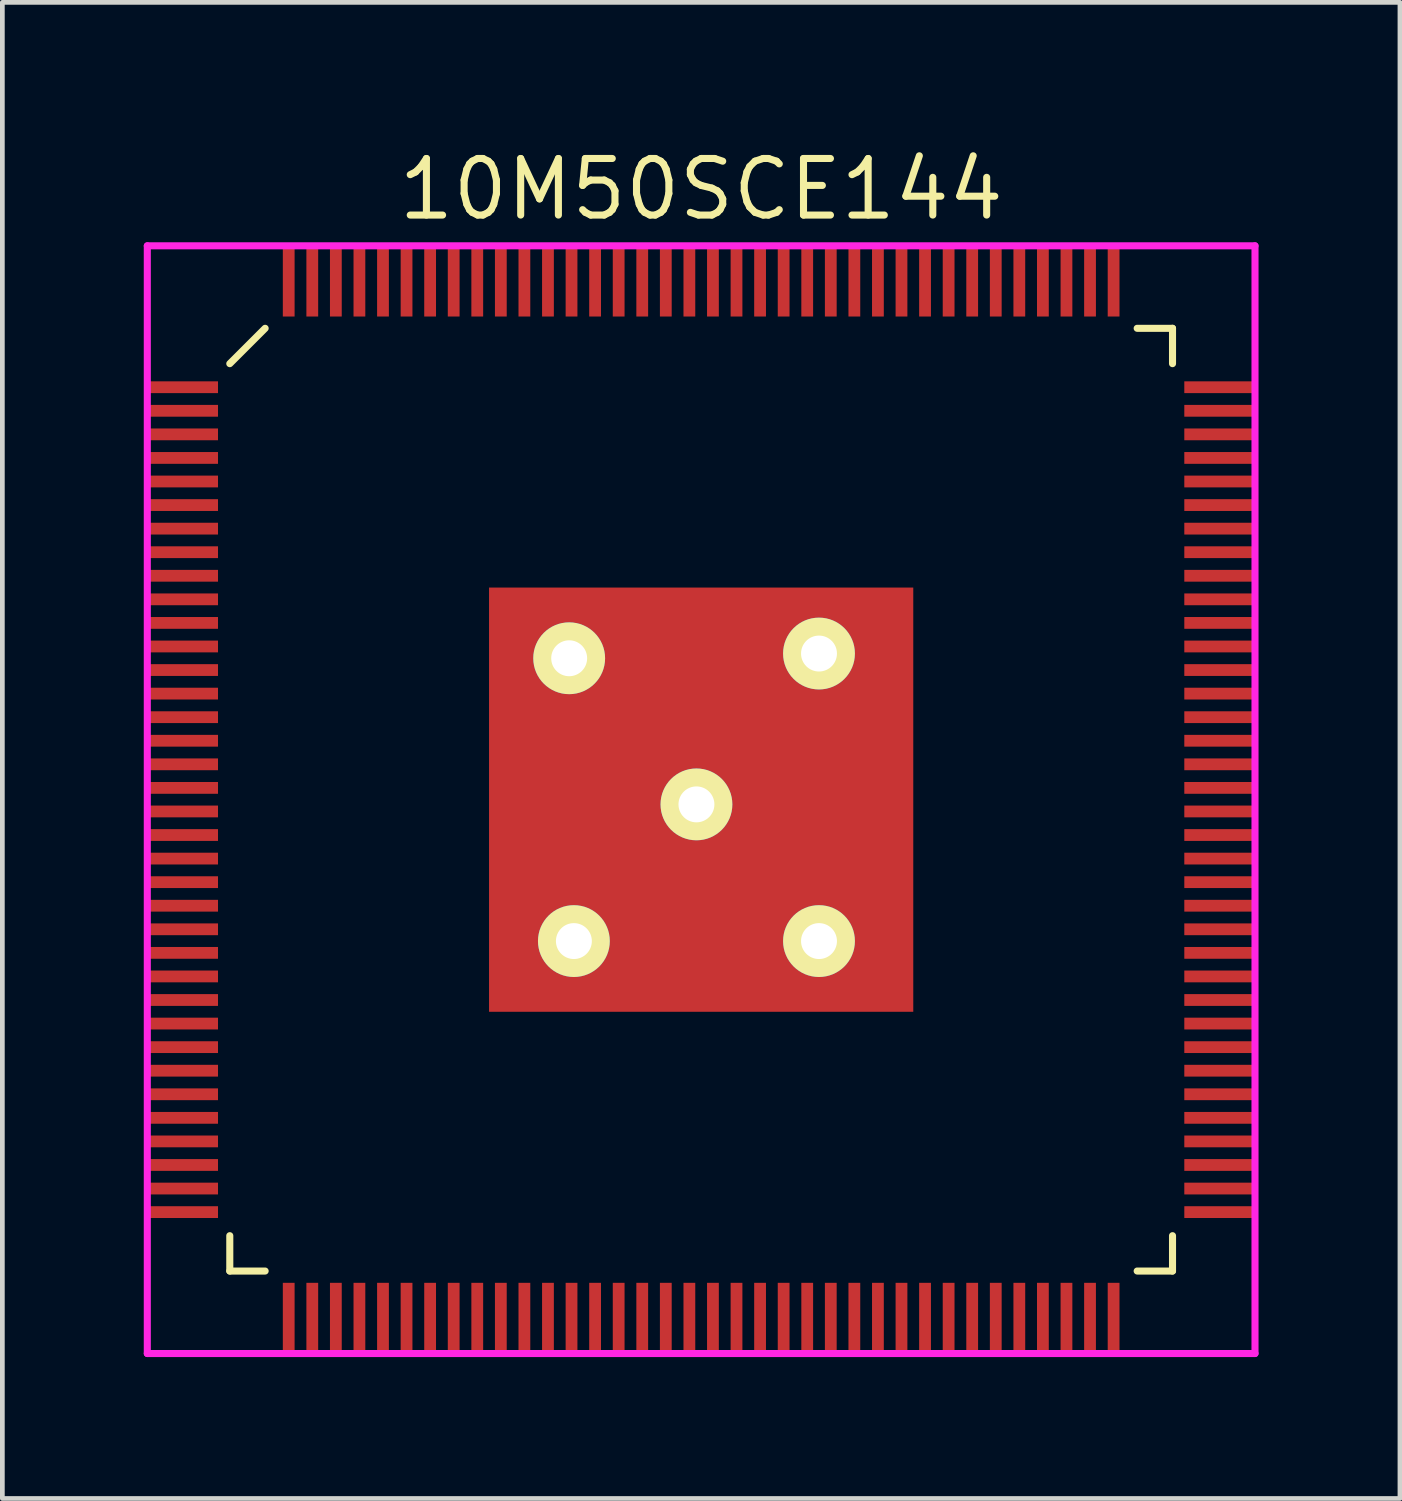
<source format=kicad_pcb>
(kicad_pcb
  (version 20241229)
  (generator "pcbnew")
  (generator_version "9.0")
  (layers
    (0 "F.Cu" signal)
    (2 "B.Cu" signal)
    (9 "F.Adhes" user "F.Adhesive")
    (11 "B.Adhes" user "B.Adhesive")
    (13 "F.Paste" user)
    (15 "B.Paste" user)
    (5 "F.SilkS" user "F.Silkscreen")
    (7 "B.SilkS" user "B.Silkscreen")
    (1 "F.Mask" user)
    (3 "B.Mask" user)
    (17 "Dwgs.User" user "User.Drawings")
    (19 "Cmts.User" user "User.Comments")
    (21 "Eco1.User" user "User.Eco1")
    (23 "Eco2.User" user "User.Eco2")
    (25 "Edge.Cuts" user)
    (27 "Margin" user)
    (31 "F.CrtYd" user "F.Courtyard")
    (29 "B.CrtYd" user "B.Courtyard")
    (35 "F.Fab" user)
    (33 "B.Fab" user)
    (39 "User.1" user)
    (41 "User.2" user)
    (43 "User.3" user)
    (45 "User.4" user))
  (footprint "10M50SCE144"
    (layer "F.Cu")
    (at 11.825 13.915)
    (property "Reference" "10M50SCE144" (at 0 -12.95 0) (layer "F.SilkS") (effects (font (size 1.2 1.2) (thickness 0.15))))
    (attr through_hole)
    (fp_line (start -10 -9.25) (end -9.25 -10) (stroke (width 0.15) (type solid)) (layer "F.SilkS"))
    (fp_line (start -10 10) (end -10 9.25) (stroke (width 0.15) (type solid)) (layer "F.SilkS"))
    (fp_line (start -9.25 10) (end -10 10) (stroke (width 0.15) (type solid)) (layer "F.SilkS"))
    (fp_line (start 9.25 -10) (end 10 -10) (stroke (width 0.15) (type solid)) (layer "F.SilkS"))
    (fp_line (start 9.25 10) (end 10 10) (stroke (width 0.15) (type solid)) (layer "F.SilkS"))
    (fp_line (start 10 -10) (end 10 -9.25) (stroke (width 0.15) (type solid)) (layer "F.SilkS"))
    (fp_line (start 10 10) (end 10 9.25) (stroke (width 0.15) (type solid)) (layer "F.SilkS"))
    (fp_line (start -11.75 -11.75) (end 11.75 -11.75) (stroke (width 0.15) (type solid)) (layer "F.CrtYd"))
    (fp_line (start -11.75 11.75) (end -11.75 -11.75) (stroke (width 0.15) (type solid)) (layer "F.CrtYd"))
    (fp_line (start 11.75 -11.75) (end 11.75 11.75) (stroke (width 0.15) (type solid)) (layer "F.CrtYd"))
    (fp_line (start 11.75 11.75) (end -11.75 11.75) (stroke (width 0.15) (type solid)) (layer "F.CrtYd"))
    (pad "" thru_hole circle (at -2.8 -3) (size 1.524 1.524) (drill 0.762) (layers "*.Cu" "*.Mask" "F.SilkS"))
    (pad "" thru_hole circle (at -2.7 3) (size 1.524 1.524) (drill 0.762) (layers "*.Cu" "*.Mask" "F.SilkS"))
    (pad "" thru_hole circle (at -0.1 0.1) (size 1.524 1.524) (drill 0.762) (layers "*.Cu" "*.Mask" "F.SilkS"))
    (pad "" thru_hole circle (at 2.5 -3.1) (size 1.524 1.524) (drill 0.762) (layers "*.Cu" "*.Mask" "F.SilkS"))
    (pad "" thru_hole circle (at 2.5 3) (size 1.524 1.524) (drill 0.762) (layers "*.Cu" "*.Mask" "F.SilkS"))
    (pad "1" smd rect (at -11 -8.75 90) (size 0.25 1.5) (layers "F.Cu" "F.Mask" "F.Paste"))
    (pad "2" smd rect (at -11 -8.25 90) (size 0.25 1.5) (layers "F.Cu" "F.Mask" "F.Paste"))
    (pad "3" smd rect (at -11 -7.75 90) (size 0.25 1.5) (layers "F.Cu" "F.Mask" "F.Paste"))
    (pad "4" smd rect (at -11 -7.25 90) (size 0.25 1.5) (layers "F.Cu" "F.Mask" "F.Paste"))
    (pad "5" smd rect (at -11 -6.75 90) (size 0.25 1.5) (layers "F.Cu" "F.Mask" "F.Paste"))
    (pad "6" smd rect (at -11 -6.25 90) (size 0.25 1.5) (layers "F.Cu" "F.Mask" "F.Paste"))
    (pad "7" smd rect (at -11 -5.75 90) (size 0.25 1.5) (layers "F.Cu" "F.Mask" "F.Paste"))
    (pad "8" smd rect (at -11 -5.25 90) (size 0.25 1.5) (layers "F.Cu" "F.Mask" "F.Paste"))
    (pad "9" smd rect (at -11 -4.75 90) (size 0.25 1.5) (layers "F.Cu" "F.Mask" "F.Paste"))
    (pad "10" smd rect (at -11 -4.25 90) (size 0.25 1.5) (layers "F.Cu" "F.Mask" "F.Paste"))
    (pad "11" smd rect (at -11 -3.75 90) (size 0.25 1.5) (layers "F.Cu" "F.Mask" "F.Paste"))
    (pad "12" smd rect (at -11 -3.25 90) (size 0.25 1.5) (layers "F.Cu" "F.Mask" "F.Paste"))
    (pad "13" smd rect (at -11 -2.75 90) (size 0.25 1.5) (layers "F.Cu" "F.Mask" "F.Paste"))
    (pad "14" smd rect (at -11 -2.25 90) (size 0.25 1.5) (layers "F.Cu" "F.Mask" "F.Paste"))
    (pad "15" smd rect (at -11 -1.75 90) (size 0.25 1.5) (layers "F.Cu" "F.Mask" "F.Paste"))
    (pad "16" smd rect (at -11 -1.25 90) (size 0.25 1.5) (layers "F.Cu" "F.Mask" "F.Paste"))
    (pad "17" smd rect (at -11 -0.75 90) (size 0.25 1.5) (layers "F.Cu" "F.Mask" "F.Paste"))
    (pad "18" smd rect (at -11 -0.25 90) (size 0.25 1.5) (layers "F.Cu" "F.Mask" "F.Paste"))
    (pad "19" smd rect (at -11 0.25 90) (size 0.25 1.5) (layers "F.Cu" "F.Mask" "F.Paste"))
    (pad "20" smd rect (at -11 0.75 90) (size 0.25 1.5) (layers "F.Cu" "F.Mask" "F.Paste"))
    (pad "21" smd rect (at -11 1.25 90) (size 0.25 1.5) (layers "F.Cu" "F.Mask" "F.Paste"))
    (pad "22" smd rect (at -11 1.75 90) (size 0.25 1.5) (layers "F.Cu" "F.Mask" "F.Paste"))
    (pad "23" smd rect (at -11 2.25 90) (size 0.25 1.5) (layers "F.Cu" "F.Mask" "F.Paste"))
    (pad "24" smd rect (at -11 2.75 90) (size 0.25 1.5) (layers "F.Cu" "F.Mask" "F.Paste"))
    (pad "25" smd rect (at -11 3.25 90) (size 0.25 1.5) (layers "F.Cu" "F.Mask" "F.Paste"))
    (pad "26" smd rect (at -11 3.75 90) (size 0.25 1.5) (layers "F.Cu" "F.Mask" "F.Paste"))
    (pad "27" smd rect (at -11 4.25 90) (size 0.25 1.5) (layers "F.Cu" "F.Mask" "F.Paste"))
    (pad "28" smd rect (at -11 4.75 90) (size 0.25 1.5) (layers "F.Cu" "F.Mask" "F.Paste"))
    (pad "29" smd rect (at -11 5.25 90) (size 0.25 1.5) (layers "F.Cu" "F.Mask" "F.Paste"))
    (pad "30" smd rect (at -11 5.75 90) (size 0.25 1.5) (layers "F.Cu" "F.Mask" "F.Paste"))
    (pad "31" smd rect (at -11 6.25 90) (size 0.25 1.5) (layers "F.Cu" "F.Mask" "F.Paste"))
    (pad "32" smd rect (at -11 6.75 90) (size 0.25 1.5) (layers "F.Cu" "F.Mask" "F.Paste"))
    (pad "33" smd rect (at -11 7.25 90) (size 0.25 1.5) (layers "F.Cu" "F.Mask" "F.Paste"))
    (pad "34" smd rect (at -11 7.75 90) (size 0.25 1.5) (layers "F.Cu" "F.Mask" "F.Paste"))
    (pad "35" smd rect (at -11 8.25 90) (size 0.25 1.5) (layers "F.Cu" "F.Mask" "F.Paste"))
    (pad "36" smd rect (at -11 8.75 90) (size 0.25 1.5) (layers "F.Cu" "F.Mask" "F.Paste"))
    (pad "37" smd rect (at -8.75 11) (size 0.25 1.5) (layers "F.Cu" "F.Mask" "F.Paste"))
    (pad "38" smd rect (at -8.25 11) (size 0.25 1.5) (layers "F.Cu" "F.Mask" "F.Paste"))
    (pad "39" smd rect (at -7.75 11) (size 0.25 1.5) (layers "F.Cu" "F.Mask" "F.Paste"))
    (pad "40" smd rect (at -7.25 11) (size 0.25 1.5) (layers "F.Cu" "F.Mask" "F.Paste"))
    (pad "41" smd rect (at -6.75 11) (size 0.25 1.5) (layers "F.Cu" "F.Mask" "F.Paste"))
    (pad "42" smd rect (at -6.25 11) (size 0.25 1.5) (layers "F.Cu" "F.Mask" "F.Paste"))
    (pad "43" smd rect (at -5.75 11) (size 0.25 1.5) (layers "F.Cu" "F.Mask" "F.Paste"))
    (pad "44" smd rect (at -5.25 11) (size 0.25 1.5) (layers "F.Cu" "F.Mask" "F.Paste"))
    (pad "45" smd rect (at -4.75 11) (size 0.25 1.5) (layers "F.Cu" "F.Mask" "F.Paste"))
    (pad "46" smd rect (at -4.25 11) (size 0.25 1.5) (layers "F.Cu" "F.Mask" "F.Paste"))
    (pad "47" smd rect (at -3.75 11) (size 0.25 1.5) (layers "F.Cu" "F.Mask" "F.Paste"))
    (pad "48" smd rect (at -3.25 11) (size 0.25 1.5) (layers "F.Cu" "F.Mask" "F.Paste"))
    (pad "49" smd rect (at -2.75 11) (size 0.25 1.5) (layers "F.Cu" "F.Mask" "F.Paste"))
    (pad "50" smd rect (at -2.25 11) (size 0.25 1.5) (layers "F.Cu" "F.Mask" "F.Paste"))
    (pad "51" smd rect (at -1.75 11) (size 0.25 1.5) (layers "F.Cu" "F.Mask" "F.Paste"))
    (pad "52" smd rect (at -1.25 11) (size 0.25 1.5) (layers "F.Cu" "F.Mask" "F.Paste"))
    (pad "53" smd rect (at -0.75 11) (size 0.25 1.5) (layers "F.Cu" "F.Mask" "F.Paste"))
    (pad "54" smd rect (at -0.25 11) (size 0.25 1.5) (layers "F.Cu" "F.Mask" "F.Paste"))
    (pad "55" smd rect (at 0.25 11) (size 0.25 1.5) (layers "F.Cu" "F.Mask" "F.Paste"))
    (pad "56" smd rect (at 0.75 11) (size 0.25 1.5) (layers "F.Cu" "F.Mask" "F.Paste"))
    (pad "57" smd rect (at 1.25 11) (size 0.25 1.5) (layers "F.Cu" "F.Mask" "F.Paste"))
    (pad "58" smd rect (at 1.75 11) (size 0.25 1.5) (layers "F.Cu" "F.Mask" "F.Paste"))
    (pad "59" smd rect (at 2.25 11) (size 0.25 1.5) (layers "F.Cu" "F.Mask" "F.Paste"))
    (pad "60" smd rect (at 2.75 11) (size 0.25 1.5) (layers "F.Cu" "F.Mask" "F.Paste"))
    (pad "61" smd rect (at 3.25 11) (size 0.25 1.5) (layers "F.Cu" "F.Mask" "F.Paste"))
    (pad "62" smd rect (at 3.75 11) (size 0.25 1.5) (layers "F.Cu" "F.Mask" "F.Paste"))
    (pad "63" smd rect (at 4.25 11) (size 0.25 1.5) (layers "F.Cu" "F.Mask" "F.Paste"))
    (pad "64" smd rect (at 4.75 11) (size 0.25 1.5) (layers "F.Cu" "F.Mask" "F.Paste"))
    (pad "65" smd rect (at 5.25 11) (size 0.25 1.5) (layers "F.Cu" "F.Mask" "F.Paste"))
    (pad "66" smd rect (at 5.75 11) (size 0.25 1.5) (layers "F.Cu" "F.Mask" "F.Paste"))
    (pad "67" smd rect (at 6.25 11) (size 0.25 1.5) (layers "F.Cu" "F.Mask" "F.Paste"))
    (pad "68" smd rect (at 6.75 11) (size 0.25 1.5) (layers "F.Cu" "F.Mask" "F.Paste"))
    (pad "69" smd rect (at 7.25 11) (size 0.25 1.5) (layers "F.Cu" "F.Mask" "F.Paste"))
    (pad "70" smd rect (at 7.75 11) (size 0.25 1.5) (layers "F.Cu" "F.Mask" "F.Paste"))
    (pad "71" smd rect (at 8.25 11) (size 0.25 1.5) (layers "F.Cu" "F.Mask" "F.Paste"))
    (pad "72" smd rect (at 8.75 11) (size 0.25 1.5) (layers "F.Cu" "F.Mask" "F.Paste"))
    (pad "73" smd rect (at 11 8.75 90) (size 0.25 1.5) (layers "F.Cu" "F.Mask" "F.Paste"))
    (pad "74" smd rect (at 11 8.25 90) (size 0.25 1.5) (layers "F.Cu" "F.Mask" "F.Paste"))
    (pad "75" smd rect (at 11 7.75 90) (size 0.25 1.5) (layers "F.Cu" "F.Mask" "F.Paste"))
    (pad "76" smd rect (at 11 7.25 90) (size 0.25 1.5) (layers "F.Cu" "F.Mask" "F.Paste"))
    (pad "77" smd rect (at 11 6.75 90) (size 0.25 1.5) (layers "F.Cu" "F.Mask" "F.Paste"))
    (pad "78" smd rect (at 11 6.25 90) (size 0.25 1.5) (layers "F.Cu" "F.Mask" "F.Paste"))
    (pad "79" smd rect (at 11 5.75 90) (size 0.25 1.5) (layers "F.Cu" "F.Mask" "F.Paste"))
    (pad "80" smd rect (at 11 5.25 90) (size 0.25 1.5) (layers "F.Cu" "F.Mask" "F.Paste"))
    (pad "81" smd rect (at 11 4.75 90) (size 0.25 1.5) (layers "F.Cu" "F.Mask" "F.Paste"))
    (pad "82" smd rect (at 11 4.25 90) (size 0.25 1.5) (layers "F.Cu" "F.Mask" "F.Paste"))
    (pad "83" smd rect (at 11 3.75 90) (size 0.25 1.5) (layers "F.Cu" "F.Mask" "F.Paste"))
    (pad "84" smd rect (at 11 3.25 90) (size 0.25 1.5) (layers "F.Cu" "F.Mask" "F.Paste"))
    (pad "85" smd rect (at 11 2.75 90) (size 0.25 1.5) (layers "F.Cu" "F.Mask" "F.Paste"))
    (pad "86" smd rect (at 11 2.25 90) (size 0.25 1.5) (layers "F.Cu" "F.Mask" "F.Paste"))
    (pad "87" smd rect (at 11 1.75 90) (size 0.25 1.5) (layers "F.Cu" "F.Mask" "F.Paste"))
    (pad "88" smd rect (at 11 1.25 90) (size 0.25 1.5) (layers "F.Cu" "F.Mask" "F.Paste"))
    (pad "89" smd rect (at 11 0.75 90) (size 0.25 1.5) (layers "F.Cu" "F.Mask" "F.Paste"))
    (pad "90" smd rect (at 11 0.25 90) (size 0.25 1.5) (layers "F.Cu" "F.Mask" "F.Paste"))
    (pad "91" smd rect (at 11 -0.25 90) (size 0.25 1.5) (layers "F.Cu" "F.Mask" "F.Paste"))
    (pad "92" smd rect (at 11 -0.75 90) (size 0.25 1.5) (layers "F.Cu" "F.Mask" "F.Paste"))
    (pad "93" smd rect (at 11 -1.25 90) (size 0.25 1.5) (layers "F.Cu" "F.Mask" "F.Paste"))
    (pad "94" smd rect (at 11 -1.75 90) (size 0.25 1.5) (layers "F.Cu" "F.Mask" "F.Paste"))
    (pad "95" smd rect (at 11 -2.25 90) (size 0.25 1.5) (layers "F.Cu" "F.Mask" "F.Paste"))
    (pad "96" smd rect (at 11 -2.75 90) (size 0.25 1.5) (layers "F.Cu" "F.Mask" "F.Paste"))
    (pad "97" smd rect (at 11 -3.25 90) (size 0.25 1.5) (layers "F.Cu" "F.Mask" "F.Paste"))
    (pad "98" smd rect (at 11 -3.75 90) (size 0.25 1.5) (layers "F.Cu" "F.Mask" "F.Paste"))
    (pad "99" smd rect (at 11 -4.25 90) (size 0.25 1.5) (layers "F.Cu" "F.Mask" "F.Paste"))
    (pad "100" smd rect (at 11 -4.75 90) (size 0.25 1.5) (layers "F.Cu" "F.Mask" "F.Paste"))
    (pad "101" smd rect (at 11 -5.25 90) (size 0.25 1.5) (layers "F.Cu" "F.Mask" "F.Paste"))
    (pad "102" smd rect (at 11 -5.75 90) (size 0.25 1.5) (layers "F.Cu" "F.Mask" "F.Paste"))
    (pad "103" smd rect (at 11 -6.25 90) (size 0.25 1.5) (layers "F.Cu" "F.Mask" "F.Paste"))
    (pad "104" smd rect (at 11 -6.75 90) (size 0.25 1.5) (layers "F.Cu" "F.Mask" "F.Paste"))
    (pad "105" smd rect (at 11 -7.25 90) (size 0.25 1.5) (layers "F.Cu" "F.Mask" "F.Paste"))
    (pad "106" smd rect (at 11 -7.75 90) (size 0.25 1.5) (layers "F.Cu" "F.Mask" "F.Paste"))
    (pad "107" smd rect (at 11 -8.25 90) (size 0.25 1.5) (layers "F.Cu" "F.Mask" "F.Paste"))
    (pad "108" smd rect (at 11 -8.75 90) (size 0.25 1.5) (layers "F.Cu" "F.Mask" "F.Paste"))
    (pad "109" smd rect (at 8.75 -11) (size 0.25 1.5) (layers "F.Cu" "F.Mask" "F.Paste"))
    (pad "110" smd rect (at 8.25 -11) (size 0.25 1.5) (layers "F.Cu" "F.Mask" "F.Paste"))
    (pad "111" smd rect (at 7.75 -11) (size 0.25 1.5) (layers "F.Cu" "F.Mask" "F.Paste"))
    (pad "112" smd rect (at 7.25 -11) (size 0.25 1.5) (layers "F.Cu" "F.Mask" "F.Paste"))
    (pad "113" smd rect (at 6.75 -11) (size 0.25 1.5) (layers "F.Cu" "F.Mask" "F.Paste"))
    (pad "114" smd rect (at 6.25 -11) (size 0.25 1.5) (layers "F.Cu" "F.Mask" "F.Paste"))
    (pad "115" smd rect (at 5.75 -11) (size 0.25 1.5) (layers "F.Cu" "F.Mask" "F.Paste"))
    (pad "116" smd rect (at 5.25 -11) (size 0.25 1.5) (layers "F.Cu" "F.Mask" "F.Paste"))
    (pad "117" smd rect (at 4.75 -11) (size 0.25 1.5) (layers "F.Cu" "F.Mask" "F.Paste"))
    (pad "118" smd rect (at 4.25 -11) (size 0.25 1.5) (layers "F.Cu" "F.Mask" "F.Paste"))
    (pad "119" smd rect (at 3.75 -11) (size 0.25 1.5) (layers "F.Cu" "F.Mask" "F.Paste"))
    (pad "120" smd rect (at 3.25 -11) (size 0.25 1.5) (layers "F.Cu" "F.Mask" "F.Paste"))
    (pad "121" smd rect (at 2.75 -11) (size 0.25 1.5) (layers "F.Cu" "F.Mask" "F.Paste"))
    (pad "122" smd rect (at 2.25 -11) (size 0.25 1.5) (layers "F.Cu" "F.Mask" "F.Paste"))
    (pad "123" smd rect (at 1.75 -11) (size 0.25 1.5) (layers "F.Cu" "F.Mask" "F.Paste"))
    (pad "124" smd rect (at 1.25 -11) (size 0.25 1.5) (layers "F.Cu" "F.Mask" "F.Paste"))
    (pad "125" smd rect (at 0.75 -11) (size 0.25 1.5) (layers "F.Cu" "F.Mask" "F.Paste"))
    (pad "126" smd rect (at 0.25 -11) (size 0.25 1.5) (layers "F.Cu" "F.Mask" "F.Paste"))
    (pad "127" smd rect (at -0.25 -11) (size 0.25 1.5) (layers "F.Cu" "F.Mask" "F.Paste"))
    (pad "128" smd rect (at -0.75 -11) (size 0.25 1.5) (layers "F.Cu" "F.Mask" "F.Paste"))
    (pad "129" smd rect (at -1.25 -11) (size 0.25 1.5) (layers "F.Cu" "F.Mask" "F.Paste"))
    (pad "130" smd rect (at -1.75 -11) (size 0.25 1.5) (layers "F.Cu" "F.Mask" "F.Paste"))
    (pad "131" smd rect (at -2.25 -11) (size 0.25 1.5) (layers "F.Cu" "F.Mask" "F.Paste"))
    (pad "132" smd rect (at -2.75 -11) (size 0.25 1.5) (layers "F.Cu" "F.Mask" "F.Paste"))
    (pad "133" smd rect (at -3.25 -11) (size 0.25 1.5) (layers "F.Cu" "F.Mask" "F.Paste"))
    (pad "134" smd rect (at -3.75 -11) (size 0.25 1.5) (layers "F.Cu" "F.Mask" "F.Paste"))
    (pad "135" smd rect (at -4.25 -11) (size 0.25 1.5) (layers "F.Cu" "F.Mask" "F.Paste"))
    (pad "136" smd rect (at -4.75 -11) (size 0.25 1.5) (layers "F.Cu" "F.Mask" "F.Paste"))
    (pad "137" smd rect (at -5.25 -11) (size 0.25 1.5) (layers "F.Cu" "F.Mask" "F.Paste"))
    (pad "138" smd rect (at -5.75 -11) (size 0.25 1.5) (layers "F.Cu" "F.Mask" "F.Paste"))
    (pad "139" smd rect (at -6.25 -11) (size 0.25 1.5) (layers "F.Cu" "F.Mask" "F.Paste"))
    (pad "140" smd rect (at -6.75 -11) (size 0.25 1.5) (layers "F.Cu" "F.Mask" "F.Paste"))
    (pad "141" smd rect (at -7.25 -11) (size 0.25 1.5) (layers "F.Cu" "F.Mask" "F.Paste"))
    (pad "142" smd rect (at -7.75 -11) (size 0.25 1.5) (layers "F.Cu" "F.Mask" "F.Paste"))
    (pad "143" smd rect (at -8.25 -11) (size 0.25 1.5) (layers "F.Cu" "F.Mask" "F.Paste"))
    (pad "144" smd rect (at -8.75 -11) (size 0.25 1.5) (layers "F.Cu" "F.Mask" "F.Paste"))
    (pad "145" smd rect (at 0 0) (size 9 9) (layers "F.Cu" "F.Mask" "F.Paste")))
  (gr_rect
    (start -3 -3)
    (end 26.65 28.74)
    (stroke (width 0.1) (type default))
    (fill no)
    (layer "Edge.Cuts")))
</source>
